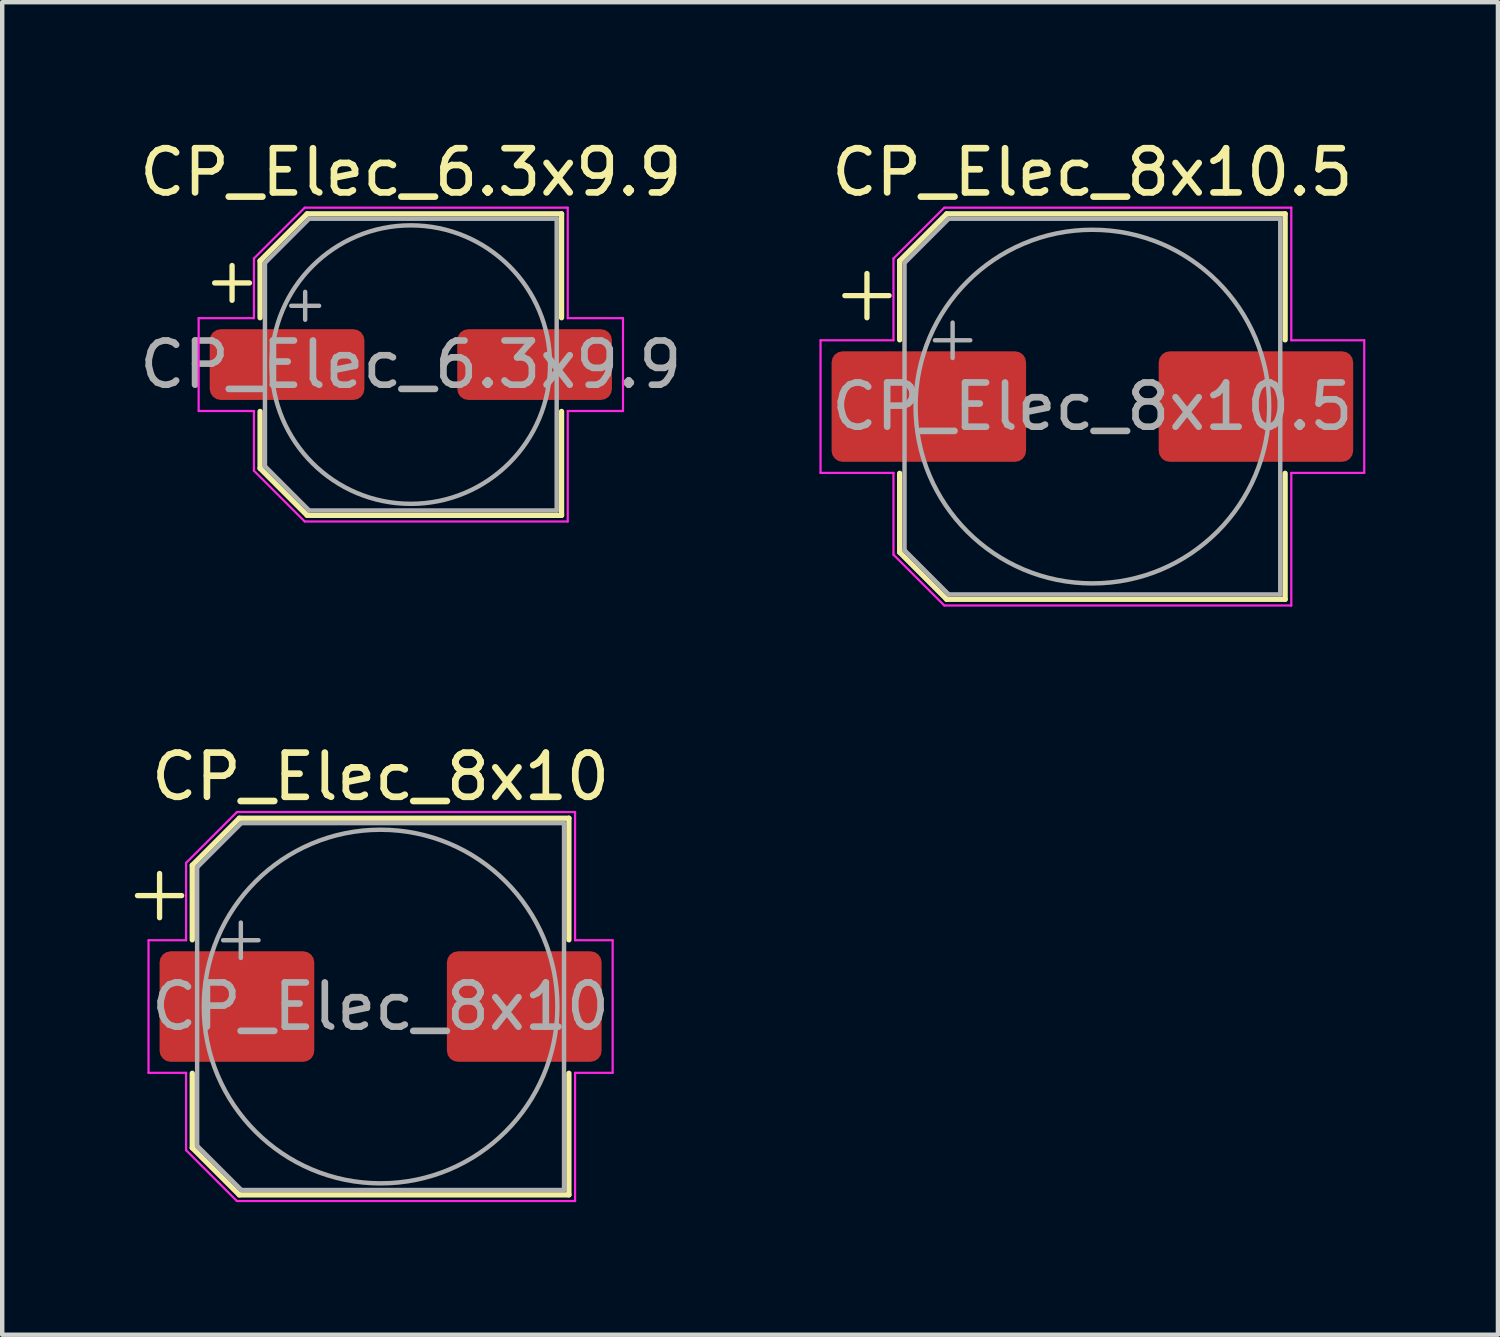
<source format=kicad_pcb>
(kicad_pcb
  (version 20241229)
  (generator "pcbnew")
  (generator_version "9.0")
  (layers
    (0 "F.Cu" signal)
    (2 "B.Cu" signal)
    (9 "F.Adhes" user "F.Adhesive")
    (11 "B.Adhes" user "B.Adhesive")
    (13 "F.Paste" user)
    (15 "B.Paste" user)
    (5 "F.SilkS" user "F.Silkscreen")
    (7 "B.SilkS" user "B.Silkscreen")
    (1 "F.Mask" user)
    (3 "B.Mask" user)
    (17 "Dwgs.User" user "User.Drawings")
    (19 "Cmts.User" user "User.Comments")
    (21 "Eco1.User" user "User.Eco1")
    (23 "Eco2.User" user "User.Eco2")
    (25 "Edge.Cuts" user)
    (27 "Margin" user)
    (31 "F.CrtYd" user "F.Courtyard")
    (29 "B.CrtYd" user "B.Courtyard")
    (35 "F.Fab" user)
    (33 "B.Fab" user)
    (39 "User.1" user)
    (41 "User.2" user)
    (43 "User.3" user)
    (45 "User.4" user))
  (footprint "CP_Elec_8x10"
    (layer "F.Cu")
    (at 5.56 19.721)
    (property "Reference" "CP_Elec_8x10" (at 0 -5.2 0) (layer "F.SilkS") (effects (font (size 1 1) (thickness 0.15))))
    (attr smd)
    (fp_line (start -5.5 -2.51) (end -4.5 -2.51) (stroke (width 0.12) (type solid)) (layer "F.SilkS"))
    (fp_line (start -5 -3.01) (end -5 -2.01) (stroke (width 0.12) (type solid)) (layer "F.SilkS"))
    (fp_line (start -4.26 -3.196) (end -4.26 -1.51) (stroke (width 0.12) (type solid)) (layer "F.SilkS"))
    (fp_line (start -4.26 -3.196) (end -3.196 -4.26) (stroke (width 0.12) (type solid)) (layer "F.SilkS"))
    (fp_line (start -4.26 3.196) (end -4.26 1.51) (stroke (width 0.12) (type solid)) (layer "F.SilkS"))
    (fp_line (start -4.26 3.196) (end -3.196 4.26) (stroke (width 0.12) (type solid)) (layer "F.SilkS"))
    (fp_line (start -3.196 -4.26) (end 4.26 -4.26) (stroke (width 0.12) (type solid)) (layer "F.SilkS"))
    (fp_line (start -3.196 4.26) (end 4.26 4.26) (stroke (width 0.12) (type solid)) (layer "F.SilkS"))
    (fp_line (start 4.26 -4.26) (end 4.26 -1.51) (stroke (width 0.12) (type solid)) (layer "F.SilkS"))
    (fp_line (start 4.26 4.26) (end 4.26 1.51) (stroke (width 0.12) (type solid)) (layer "F.SilkS"))
    (fp_line (start -5.25 -1.5) (end -5.25 1.5) (stroke (width 0.05) (type solid)) (layer "F.CrtYd"))
    (fp_line (start -5.25 1.5) (end -4.4 1.5) (stroke (width 0.05) (type solid)) (layer "F.CrtYd"))
    (fp_line (start -4.4 -3.25) (end -4.4 -1.5) (stroke (width 0.05) (type solid)) (layer "F.CrtYd"))
    (fp_line (start -4.4 -3.25) (end -3.25 -4.4) (stroke (width 0.05) (type solid)) (layer "F.CrtYd"))
    (fp_line (start -4.4 -1.5) (end -5.25 -1.5) (stroke (width 0.05) (type solid)) (layer "F.CrtYd"))
    (fp_line (start -4.4 1.5) (end -4.4 3.25) (stroke (width 0.05) (type solid)) (layer "F.CrtYd"))
    (fp_line (start -4.4 3.25) (end -3.25 4.4) (stroke (width 0.05) (type solid)) (layer "F.CrtYd"))
    (fp_line (start -3.25 -4.4) (end 4.4 -4.4) (stroke (width 0.05) (type solid)) (layer "F.CrtYd"))
    (fp_line (start -3.25 4.4) (end 4.4 4.4) (stroke (width 0.05) (type solid)) (layer "F.CrtYd"))
    (fp_line (start 4.4 -4.4) (end 4.4 -1.5) (stroke (width 0.05) (type solid)) (layer "F.CrtYd"))
    (fp_line (start 4.4 -1.5) (end 5.25 -1.5) (stroke (width 0.05) (type solid)) (layer "F.CrtYd"))
    (fp_line (start 4.4 1.5) (end 4.4 4.4) (stroke (width 0.05) (type solid)) (layer "F.CrtYd"))
    (fp_line (start 5.25 -1.5) (end 5.25 1.5) (stroke (width 0.05) (type solid)) (layer "F.CrtYd"))
    (fp_line (start 5.25 1.5) (end 4.4 1.5) (stroke (width 0.05) (type solid)) (layer "F.CrtYd"))
    (fp_line (start -4.15 -3.15) (end -4.15 3.15) (stroke (width 0.1) (type solid)) (layer "F.Fab"))
    (fp_line (start -4.15 -3.15) (end -3.15 -4.15) (stroke (width 0.1) (type solid)) (layer "F.Fab"))
    (fp_line (start -4.15 3.15) (end -3.15 4.15) (stroke (width 0.1) (type solid)) (layer "F.Fab"))
    (fp_line (start -3.562 -1.5) (end -2.762 -1.5) (stroke (width 0.1) (type solid)) (layer "F.Fab"))
    (fp_line (start -3.162 -1.9) (end -3.162 -1.1) (stroke (width 0.1) (type solid)) (layer "F.Fab"))
    (fp_line (start -3.15 -4.15) (end 4.15 -4.15) (stroke (width 0.1) (type solid)) (layer "F.Fab"))
    (fp_line (start -3.15 4.15) (end 4.15 4.15) (stroke (width 0.1) (type solid)) (layer "F.Fab"))
    (fp_line (start 4.15 -4.15) (end 4.15 4.15) (stroke (width 0.1) (type solid)) (layer "F.Fab"))
    (fp_circle (center 0 0) (end 4 0) (stroke (width 0.1) (type solid)) (fill no) (layer "F.Fab"))
    (fp_text user "${REFERENCE}" (at 0 0 0) (layer "F.Fab") (effects (font (size 1 1) (thickness 0.15))))
    (pad "1" smd roundrect (at -3.25 0) (size 3.5 2.5) (layers "F.Cu" "F.Mask" "F.Paste") (roundrect_rratio 0.1))
    (pad "2" smd roundrect (at 3.25 0) (size 3.5 2.5) (layers "F.Cu" "F.Mask" "F.Paste") (roundrect_rratio 0.1)))
  (footprint "CP_Elec_8x10.5"
    (layer "F.Cu")
    (at 21.663 6.148)
    (property "Reference" "CP_Elec_8x10.5" (at 0 -5.3 0) (layer "F.SilkS") (effects (font (size 1 1) (thickness 0.15))))
    (attr smd)
    (fp_line (start -5.6 -2.51) (end -4.6 -2.51) (stroke (width 0.12) (type solid)) (layer "F.SilkS"))
    (fp_line (start -5.1 -3.01) (end -5.1 -2.01) (stroke (width 0.12) (type solid)) (layer "F.SilkS"))
    (fp_line (start -4.36 -3.296) (end -4.36 -1.51) (stroke (width 0.12) (type solid)) (layer "F.SilkS"))
    (fp_line (start -4.36 -3.296) (end -3.296 -4.36) (stroke (width 0.12) (type solid)) (layer "F.SilkS"))
    (fp_line (start -4.36 3.296) (end -4.36 1.51) (stroke (width 0.12) (type solid)) (layer "F.SilkS"))
    (fp_line (start -4.36 3.296) (end -3.296 4.36) (stroke (width 0.12) (type solid)) (layer "F.SilkS"))
    (fp_line (start -3.296 -4.36) (end 4.36 -4.36) (stroke (width 0.12) (type solid)) (layer "F.SilkS"))
    (fp_line (start -3.296 4.36) (end 4.36 4.36) (stroke (width 0.12) (type solid)) (layer "F.SilkS"))
    (fp_line (start 4.36 -4.36) (end 4.36 -1.51) (stroke (width 0.12) (type solid)) (layer "F.SilkS"))
    (fp_line (start 4.36 4.36) (end 4.36 1.51) (stroke (width 0.12) (type solid)) (layer "F.SilkS"))
    (fp_line (start -6.15 -1.5) (end -6.15 1.5) (stroke (width 0.05) (type solid)) (layer "F.CrtYd"))
    (fp_line (start -6.15 1.5) (end -4.5 1.5) (stroke (width 0.05) (type solid)) (layer "F.CrtYd"))
    (fp_line (start -4.5 -3.35) (end -4.5 -1.5) (stroke (width 0.05) (type solid)) (layer "F.CrtYd"))
    (fp_line (start -4.5 -3.35) (end -3.35 -4.5) (stroke (width 0.05) (type solid)) (layer "F.CrtYd"))
    (fp_line (start -4.5 -1.5) (end -6.15 -1.5) (stroke (width 0.05) (type solid)) (layer "F.CrtYd"))
    (fp_line (start -4.5 1.5) (end -4.5 3.35) (stroke (width 0.05) (type solid)) (layer "F.CrtYd"))
    (fp_line (start -4.5 3.35) (end -3.35 4.5) (stroke (width 0.05) (type solid)) (layer "F.CrtYd"))
    (fp_line (start -3.35 -4.5) (end 4.5 -4.5) (stroke (width 0.05) (type solid)) (layer "F.CrtYd"))
    (fp_line (start -3.35 4.5) (end 4.5 4.5) (stroke (width 0.05) (type solid)) (layer "F.CrtYd"))
    (fp_line (start 4.5 -4.5) (end 4.5 -1.5) (stroke (width 0.05) (type solid)) (layer "F.CrtYd"))
    (fp_line (start 4.5 -1.5) (end 6.15 -1.5) (stroke (width 0.05) (type solid)) (layer "F.CrtYd"))
    (fp_line (start 4.5 1.5) (end 4.5 4.5) (stroke (width 0.05) (type solid)) (layer "F.CrtYd"))
    (fp_line (start 6.15 -1.5) (end 6.15 1.5) (stroke (width 0.05) (type solid)) (layer "F.CrtYd"))
    (fp_line (start 6.15 1.5) (end 4.5 1.5) (stroke (width 0.05) (type solid)) (layer "F.CrtYd"))
    (fp_line (start -4.25 -3.25) (end -4.25 3.25) (stroke (width 0.1) (type solid)) (layer "F.Fab"))
    (fp_line (start -4.25 -3.25) (end -3.25 -4.25) (stroke (width 0.1) (type solid)) (layer "F.Fab"))
    (fp_line (start -4.25 3.25) (end -3.25 4.25) (stroke (width 0.1) (type solid)) (layer "F.Fab"))
    (fp_line (start -3.562 -1.5) (end -2.762 -1.5) (stroke (width 0.1) (type solid)) (layer "F.Fab"))
    (fp_line (start -3.25 -4.25) (end 4.25 -4.25) (stroke (width 0.1) (type solid)) (layer "F.Fab"))
    (fp_line (start -3.25 4.25) (end 4.25 4.25) (stroke (width 0.1) (type solid)) (layer "F.Fab"))
    (fp_line (start -3.162 -1.9) (end -3.162 -1.1) (stroke (width 0.1) (type solid)) (layer "F.Fab"))
    (fp_line (start 4.25 -4.25) (end 4.25 4.25) (stroke (width 0.1) (type solid)) (layer "F.Fab"))
    (fp_circle (center 0 0) (end 4 0) (stroke (width 0.1) (type solid)) (fill no) (layer "F.Fab"))
    (fp_text user "${REFERENCE}" (at 0 0 0) (layer "F.Fab") (effects (font (size 1 1) (thickness 0.15))))
    (pad "1" smd roundrect (at -3.7 0) (size 4.4 2.5) (layers "F.Cu" "F.Mask" "F.Paste") (roundrect_rratio 0.1))
    (pad "2" smd roundrect (at 3.7 0) (size 4.4 2.5) (layers "F.Cu" "F.Mask" "F.Paste") (roundrect_rratio 0.1)))
  (footprint "CP_Elec_6.3x9.9"
    (layer "F.Cu")
    (at 6.244 5.198)
    (property "Reference" "CP_Elec_6.3x9.9" (at 0 -4.35 0) (layer "F.SilkS") (effects (font (size 1 1) (thickness 0.15))))
    (attr smd)
    (fp_line (start -4.438 -1.847) (end -3.65 -1.847) (stroke (width 0.12) (type solid)) (layer "F.SilkS"))
    (fp_line (start -4.044 -2.241) (end -4.044 -1.454) (stroke (width 0.12) (type solid)) (layer "F.SilkS"))
    (fp_line (start -3.41 -2.346) (end -3.41 -1.06) (stroke (width 0.12) (type solid)) (layer "F.SilkS"))
    (fp_line (start -3.41 -2.346) (end -2.346 -3.41) (stroke (width 0.12) (type solid)) (layer "F.SilkS"))
    (fp_line (start -3.41 2.346) (end -3.41 1.06) (stroke (width 0.12) (type solid)) (layer "F.SilkS"))
    (fp_line (start -3.41 2.346) (end -2.346 3.41) (stroke (width 0.12) (type solid)) (layer "F.SilkS"))
    (fp_line (start -2.346 -3.41) (end 3.41 -3.41) (stroke (width 0.12) (type solid)) (layer "F.SilkS"))
    (fp_line (start -2.346 3.41) (end 3.41 3.41) (stroke (width 0.12) (type solid)) (layer "F.SilkS"))
    (fp_line (start 3.41 -3.41) (end 3.41 -1.06) (stroke (width 0.12) (type solid)) (layer "F.SilkS"))
    (fp_line (start 3.41 3.41) (end 3.41 1.06) (stroke (width 0.12) (type solid)) (layer "F.SilkS"))
    (fp_line (start -4.8 -1.05) (end -4.8 1.05) (stroke (width 0.05) (type solid)) (layer "F.CrtYd"))
    (fp_line (start -4.8 1.05) (end -3.55 1.05) (stroke (width 0.05) (type solid)) (layer "F.CrtYd"))
    (fp_line (start -3.55 -2.4) (end -3.55 -1.05) (stroke (width 0.05) (type solid)) (layer "F.CrtYd"))
    (fp_line (start -3.55 -2.4) (end -2.4 -3.55) (stroke (width 0.05) (type solid)) (layer "F.CrtYd"))
    (fp_line (start -3.55 -1.05) (end -4.8 -1.05) (stroke (width 0.05) (type solid)) (layer "F.CrtYd"))
    (fp_line (start -3.55 1.05) (end -3.55 2.4) (stroke (width 0.05) (type solid)) (layer "F.CrtYd"))
    (fp_line (start -3.55 2.4) (end -2.4 3.55) (stroke (width 0.05) (type solid)) (layer "F.CrtYd"))
    (fp_line (start -2.4 -3.55) (end 3.55 -3.55) (stroke (width 0.05) (type solid)) (layer "F.CrtYd"))
    (fp_line (start -2.4 3.55) (end 3.55 3.55) (stroke (width 0.05) (type solid)) (layer "F.CrtYd"))
    (fp_line (start 3.55 -3.55) (end 3.55 -1.05) (stroke (width 0.05) (type solid)) (layer "F.CrtYd"))
    (fp_line (start 3.55 -1.05) (end 4.8 -1.05) (stroke (width 0.05) (type solid)) (layer "F.CrtYd"))
    (fp_line (start 3.55 1.05) (end 3.55 3.55) (stroke (width 0.05) (type solid)) (layer "F.CrtYd"))
    (fp_line (start 4.8 -1.05) (end 4.8 1.05) (stroke (width 0.05) (type solid)) (layer "F.CrtYd"))
    (fp_line (start 4.8 1.05) (end 3.55 1.05) (stroke (width 0.05) (type solid)) (layer "F.CrtYd"))
    (fp_line (start -3.3 -2.3) (end -3.3 2.3) (stroke (width 0.1) (type solid)) (layer "F.Fab"))
    (fp_line (start -3.3 -2.3) (end -2.3 -3.3) (stroke (width 0.1) (type solid)) (layer "F.Fab"))
    (fp_line (start -3.3 2.3) (end -2.3 3.3) (stroke (width 0.1) (type solid)) (layer "F.Fab"))
    (fp_line (start -2.705 -1.33) (end -2.075 -1.33) (stroke (width 0.1) (type solid)) (layer "F.Fab"))
    (fp_line (start -2.39 -1.645) (end -2.39 -1.015) (stroke (width 0.1) (type solid)) (layer "F.Fab"))
    (fp_line (start -2.3 -3.3) (end 3.3 -3.3) (stroke (width 0.1) (type solid)) (layer "F.Fab"))
    (fp_line (start -2.3 3.3) (end 3.3 3.3) (stroke (width 0.1) (type solid)) (layer "F.Fab"))
    (fp_line (start 3.3 -3.3) (end 3.3 3.3) (stroke (width 0.1) (type solid)) (layer "F.Fab"))
    (fp_circle (center 0 0) (end 3.15 0) (stroke (width 0.1) (type solid)) (fill no) (layer "F.Fab"))
    (fp_text user "${REFERENCE}" (at 0 0 0) (layer "F.Fab") (effects (font (size 1 1) (thickness 0.15))))
    (pad "1" smd roundrect (at -2.8 0) (size 3.5 1.6) (layers "F.Cu" "F.Mask" "F.Paste") (roundrect_rratio 0.156))
    (pad "2" smd roundrect (at 2.8 0) (size 3.5 1.6) (layers "F.Cu" "F.Mask" "F.Paste") (roundrect_rratio 0.156)))
  (gr_rect
    (start -3 -3)
    (end 30.838 27.146)
    (stroke (width 0.1) (type default))
    (fill no)
    (layer "Edge.Cuts")))
</source>
